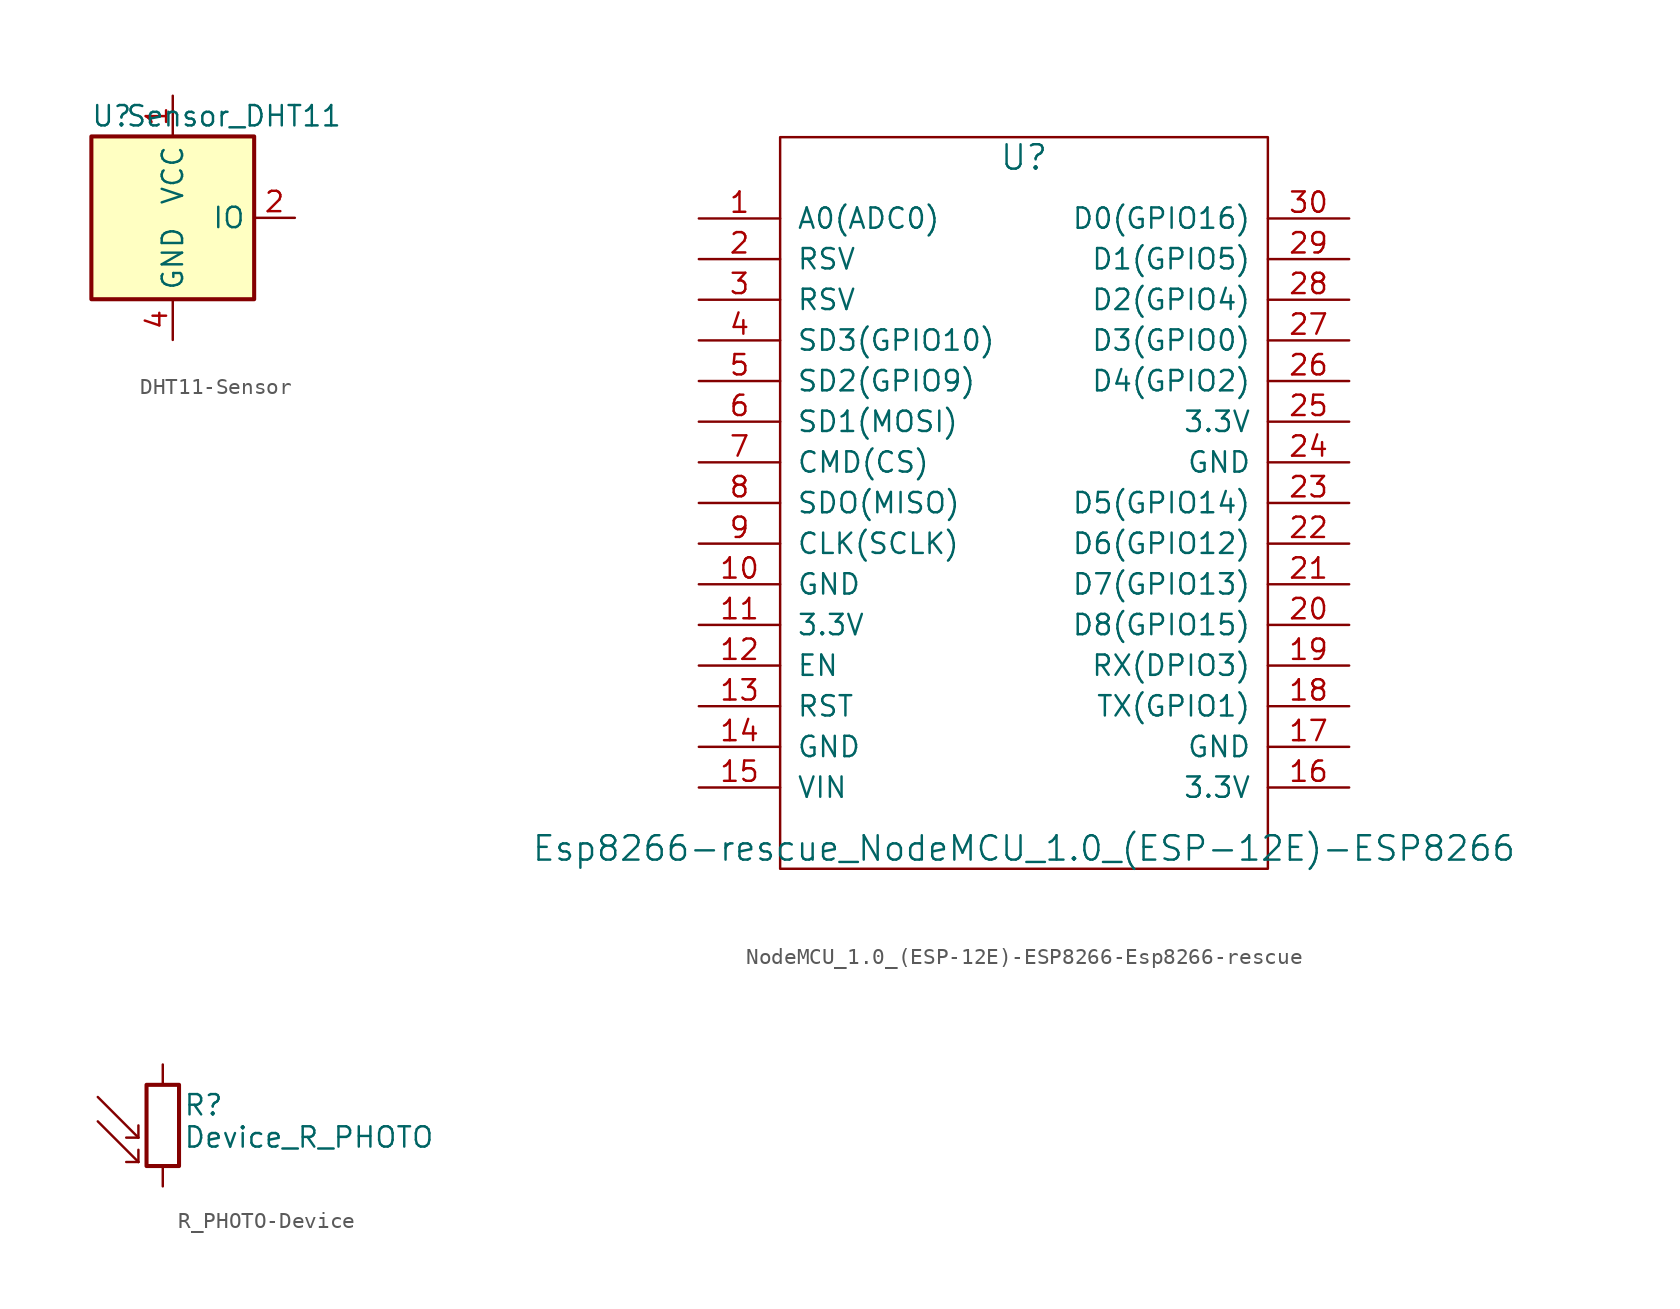
<source format=kicad_sym>
(kicad_symbol_lib
  (version 20231120)
  (generator "kicad_symbol_editor")
  (generator_version "8.0")
  (symbol "DHT11-Sensor"
    (property "Reference" "U"
      (at -3.81 6.35 0)
      (effects (font (size 1.27 1.27))))
    (property "Value" "Sensor_DHT11"
      (at 3.81 6.35 0)
      (effects (font (size 1.27 1.27))))
    (symbol "DHT11-Sensor_0_1"
      (rectangle (start -5.08 5.08) (end 5.08 -5.08) (stroke (width 0.254) (type solid)) (fill (type background))))
    (symbol "DHT11-Sensor_1_1"
      (pin power_in line (at 0 7.62 270) (length 2.54) (name "VCC" (effects (font (size 1.27 1.27)))) (number "1" (effects (font (size 1.27 1.27)))))
      (pin bidirectional line (at 7.62 0 180) (length 2.54) (name "IO" (effects (font (size 1.27 1.27)))) (number "2" (effects (font (size 1.27 1.27)))))
      (pin no_connect line (at -5.08 0 0) (length 2.54) hide (name "NC" (effects (font (size 1.27 1.27)))) (number "3" (effects (font (size 1.27 1.27)))))
      (pin power_in line (at 0 -7.62 90) (length 2.54) (name "GND" (effects (font (size 1.27 1.27)))) (number "4" (effects (font (size 1.27 1.27)))))))
  (symbol "NodeMCU_1.0_(ESP-12E)-ESP8266-Esp8266-rescue"
    (pin_names
      (offset 1.016))
    (property "Reference" "U"
      (at 0 21.59 0)
      (effects (font (size 1.524 1.524))))
    (property "Value" "Esp8266-rescue_NodeMCU_1.0_(ESP-12E)-ESP8266"
      (at 0 -21.59 0)
      (effects (font (size 1.524 1.524))))
    (property "Footprint" ""
      (at -15.24 -21.59 0)
      (effects (font (size 1.524 1.524))))
    (property "Datasheet" ""
      (at -15.24 -21.59 0)
      (effects (font (size 1.524 1.524))))
    (symbol "NodeMCU_1.0_(ESP-12E)-ESP8266-Esp8266-rescue_0_1"
      (rectangle (start -15.24 -22.86) (end 15.24 22.86) (stroke (width 0) (type solid)) (fill (type none))))
    (symbol "NodeMCU_1.0_(ESP-12E)-ESP8266-Esp8266-rescue_1_1"
      (pin input line (at -20.32 17.78 0) (length 5.08) (name "A0(ADC0)" (effects (font (size 1.27 1.27)))) (number "1" (effects (font (size 1.27 1.27)))))
      (pin input line (at -20.32 -5.08 0) (length 5.08) (name "GND" (effects (font (size 1.27 1.27)))) (number "10" (effects (font (size 1.27 1.27)))))
      (pin power_out line (at -20.32 -7.62 0) (length 5.08) (name "3.3V" (effects (font (size 1.27 1.27)))) (number "11" (effects (font (size 1.27 1.27)))))
      (pin input line (at -20.32 -10.16 0) (length 5.08) (name "EN" (effects (font (size 1.27 1.27)))) (number "12" (effects (font (size 1.27 1.27)))))
      (pin input line (at -20.32 -12.7 0) (length 5.08) (name "RST" (effects (font (size 1.27 1.27)))) (number "13" (effects (font (size 1.27 1.27)))))
      (pin power_in line (at -20.32 -15.24 0) (length 5.08) (name "GND" (effects (font (size 1.27 1.27)))) (number "14" (effects (font (size 1.27 1.27)))))
      (pin power_in line (at -20.32 -17.78 0) (length 5.08) (name "VIN" (effects (font (size 1.27 1.27)))) (number "15" (effects (font (size 1.27 1.27)))))
      (pin power_out line (at 20.32 -17.78 180) (length 5.08) (name "3.3V" (effects (font (size 1.27 1.27)))) (number "16" (effects (font (size 1.27 1.27)))))
      (pin power_in line (at 20.32 -15.24 180) (length 5.08) (name "GND" (effects (font (size 1.27 1.27)))) (number "17" (effects (font (size 1.27 1.27)))))
      (pin bidirectional line (at 20.32 -12.7 180) (length 5.08) (name "TX(GPIO1)" (effects (font (size 1.27 1.27)))) (number "18" (effects (font (size 1.27 1.27)))))
      (pin bidirectional line (at 20.32 -10.16 180) (length 5.08) (name "RX(DPIO3)" (effects (font (size 1.27 1.27)))) (number "19" (effects (font (size 1.27 1.27)))))
      (pin input line (at -20.32 15.24 0) (length 5.08) (name "RSV" (effects (font (size 1.27 1.27)))) (number "2" (effects (font (size 1.27 1.27)))))
      (pin bidirectional line (at 20.32 -7.62 180) (length 5.08) (name "D8(GPIO15)" (effects (font (size 1.27 1.27)))) (number "20" (effects (font (size 1.27 1.27)))))
      (pin bidirectional line (at 20.32 -5.08 180) (length 5.08) (name "D7(GPIO13)" (effects (font (size 1.27 1.27)))) (number "21" (effects (font (size 1.27 1.27)))))
      (pin bidirectional line (at 20.32 -2.54 180) (length 5.08) (name "D6(GPIO12)" (effects (font (size 1.27 1.27)))) (number "22" (effects (font (size 1.27 1.27)))))
      (pin bidirectional line (at 20.32 0 180) (length 5.08) (name "D5(GPIO14)" (effects (font (size 1.27 1.27)))) (number "23" (effects (font (size 1.27 1.27)))))
      (pin power_in line (at 20.32 2.54 180) (length 5.08) (name "GND" (effects (font (size 1.27 1.27)))) (number "24" (effects (font (size 1.27 1.27)))))
      (pin power_out line (at 20.32 5.08 180) (length 5.08) (name "3.3V" (effects (font (size 1.27 1.27)))) (number "25" (effects (font (size 1.27 1.27)))))
      (pin bidirectional line (at 20.32 7.62 180) (length 5.08) (name "D4(GPIO2)" (effects (font (size 1.27 1.27)))) (number "26" (effects (font (size 1.27 1.27)))))
      (pin bidirectional line (at 20.32 10.16 180) (length 5.08) (name "D3(GPIO0)" (effects (font (size 1.27 1.27)))) (number "27" (effects (font (size 1.27 1.27)))))
      (pin bidirectional line (at 20.32 12.7 180) (length 5.08) (name "D2(GPIO4)" (effects (font (size 1.27 1.27)))) (number "28" (effects (font (size 1.27 1.27)))))
      (pin bidirectional line (at 20.32 15.24 180) (length 5.08) (name "D1(GPIO5)" (effects (font (size 1.27 1.27)))) (number "29" (effects (font (size 1.27 1.27)))))
      (pin input line (at -20.32 12.7 0) (length 5.08) (name "RSV" (effects (font (size 1.27 1.27)))) (number "3" (effects (font (size 1.27 1.27)))))
      (pin bidirectional line (at 20.32 17.78 180) (length 5.08) (name "D0(GPIO16)" (effects (font (size 1.27 1.27)))) (number "30" (effects (font (size 1.27 1.27)))))
      (pin bidirectional line (at -20.32 10.16 0) (length 5.08) (name "SD3(GPIO10)" (effects (font (size 1.27 1.27)))) (number "4" (effects (font (size 1.27 1.27)))))
      (pin bidirectional line (at -20.32 7.62 0) (length 5.08) (name "SD2(GPIO9)" (effects (font (size 1.27 1.27)))) (number "5" (effects (font (size 1.27 1.27)))))
      (pin bidirectional line (at -20.32 5.08 0) (length 5.08) (name "SD1(MOSI)" (effects (font (size 1.27 1.27)))) (number "6" (effects (font (size 1.27 1.27)))))
      (pin bidirectional line (at -20.32 2.54 0) (length 5.08) (name "CMD(CS)" (effects (font (size 1.27 1.27)))) (number "7" (effects (font (size 1.27 1.27)))))
      (pin bidirectional line (at -20.32 0 0) (length 5.08) (name "SDO(MISO)" (effects (font (size 1.27 1.27)))) (number "8" (effects (font (size 1.27 1.27)))))
      (pin bidirectional line (at -20.32 -2.54 0) (length 5.08) (name "CLK(SCLK)" (effects (font (size 1.27 1.27)))) (number "9" (effects (font (size 1.27 1.27)))))))
  (symbol "R_PHOTO-Device"
    (pin_numbers hide)
    (pin_names
      (offset 0))
    (property "Reference" "R"
      (at 1.27 1.27 0)
      (effects (font (size 1.27 1.27)) (justify left)))
    (property "Value" "Device_R_PHOTO"
      (at 1.27 0 0)
      (effects (font (size 1.27 1.27)) (justify left top)))
    (symbol "R_PHOTO-Device_0_1"
      (rectangle (start -1.016 2.54) (end 1.016 -2.54) (stroke (width 0.254) (type solid)) (fill (type none)))
      (polyline (pts (xy -1.524 -2.286) (xy -4.064 0.254)) (stroke (width 0) (type solid)) (fill (type none)))
      (polyline (pts (xy -1.524 -2.286) (xy -2.286 -2.286)) (stroke (width 0) (type solid)) (fill (type none)))
      (polyline (pts (xy -1.524 -2.286) (xy -1.524 -1.524)) (stroke (width 0) (type solid)) (fill (type none)))
      (polyline (pts (xy -1.524 -0.762) (xy -4.064 1.778)) (stroke (width 0) (type solid)) (fill (type none)))
      (polyline (pts (xy -1.524 -0.762) (xy -2.286 -0.762)) (stroke (width 0) (type solid)) (fill (type none)))
      (polyline (pts (xy -1.524 -0.762) (xy -1.524 0)) (stroke (width 0) (type solid)) (fill (type none))))
    (symbol "R_PHOTO-Device_1_1"
      (pin passive line (at 0 3.81 270) (length 1.27) (name "~" (effects (font (size 1.27 1.27)))) (number "1" (effects (font (size 1.27 1.27)))))
      (pin passive line (at 0 -3.81 90) (length 1.27) (name "~" (effects (font (size 1.27 1.27)))) (number "2" (effects (font (size 1.27 1.27))))))))
</source>
